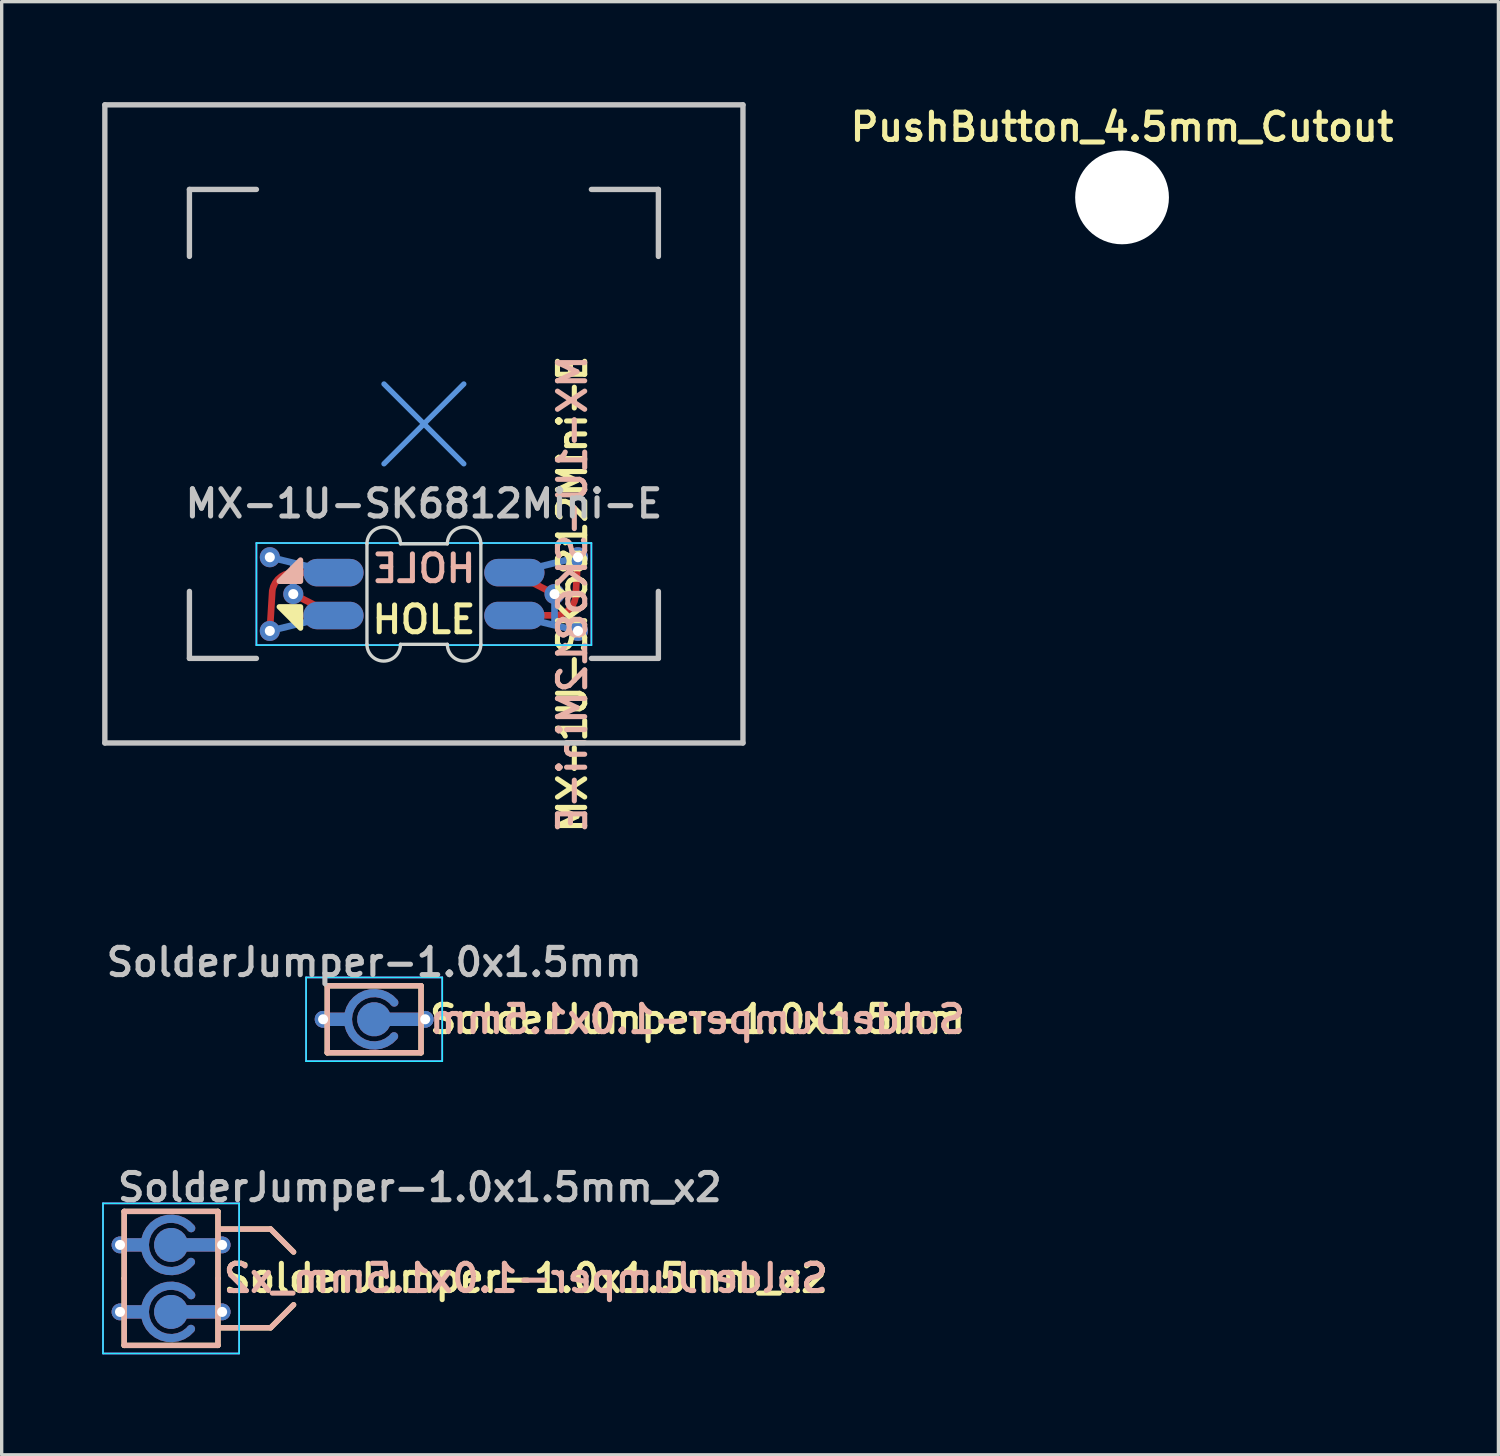
<source format=kicad_pcb>
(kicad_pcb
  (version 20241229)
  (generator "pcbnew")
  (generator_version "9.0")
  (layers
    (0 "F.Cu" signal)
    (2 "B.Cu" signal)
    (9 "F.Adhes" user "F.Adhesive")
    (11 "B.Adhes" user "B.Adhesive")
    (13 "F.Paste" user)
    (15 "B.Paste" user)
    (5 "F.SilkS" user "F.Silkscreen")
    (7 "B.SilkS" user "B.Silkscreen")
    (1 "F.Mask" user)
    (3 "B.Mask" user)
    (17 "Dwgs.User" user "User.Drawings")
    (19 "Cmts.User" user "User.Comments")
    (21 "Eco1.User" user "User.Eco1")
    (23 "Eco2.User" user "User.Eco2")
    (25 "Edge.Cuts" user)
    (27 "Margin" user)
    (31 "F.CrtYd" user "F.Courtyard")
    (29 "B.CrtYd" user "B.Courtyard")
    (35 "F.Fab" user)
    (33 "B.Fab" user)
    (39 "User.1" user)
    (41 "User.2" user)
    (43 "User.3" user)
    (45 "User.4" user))
  (footprint "MX-1U-SK6812Mini-E"
    (layer "F.Cu")
    (at 9.605 9.605)
    (property "Reference" "MX-1U-SK6812Mini-E" (at 0 2.381 0) (layer "Dwgs.User") (effects (font (size 0.813 0.813) (thickness 0.152))))
    (attr through_hole)
    (fp_poly (pts (xy -4.318 5.461) (xy -3.683 5.461) (xy -3.683 6.096)) (stroke (width 0.16) (type solid)) (fill yes) (layer "F.SilkS"))
    (fp_poly (pts (xy -3.683 4.064) (xy -3.683 4.699) (xy -4.318 4.699)) (stroke (width 0.16) (type solid)) (fill yes) (layer "B.SilkS"))
    (fp_line (start -9.525 -9.525) (end 9.525 -9.525) (stroke (width 0.16) (type solid)) (layer "Dwgs.User"))
    (fp_line (start -9.525 9.525) (end -9.525 -9.525) (stroke (width 0.16) (type solid)) (layer "Dwgs.User"))
    (fp_line (start -7 -7) (end -7 -5) (stroke (width 0.16) (type solid)) (layer "Dwgs.User"))
    (fp_line (start -7 5) (end -7 7) (stroke (width 0.16) (type solid)) (layer "Dwgs.User"))
    (fp_line (start -7 7) (end -5 7) (stroke (width 0.16) (type solid)) (layer "Dwgs.User"))
    (fp_line (start -5 -7) (end -7 -7) (stroke (width 0.16) (type solid)) (layer "Dwgs.User"))
    (fp_line (start 5 -7) (end 7 -7) (stroke (width 0.16) (type solid)) (layer "Dwgs.User"))
    (fp_line (start 5 7) (end 7 7) (stroke (width 0.16) (type solid)) (layer "Dwgs.User"))
    (fp_line (start 7 -7) (end 7 -5) (stroke (width 0.16) (type solid)) (layer "Dwgs.User"))
    (fp_line (start 7 7) (end 7 5) (stroke (width 0.16) (type solid)) (layer "Dwgs.User"))
    (fp_line (start 9.525 -9.525) (end 9.525 9.525) (stroke (width 0.16) (type solid)) (layer "Dwgs.User"))
    (fp_line (start 9.525 9.525) (end -9.525 9.525) (stroke (width 0.16) (type solid)) (layer "Dwgs.User"))
    (fp_line (start -1.191 -1.191) (end 1.191 1.191) (stroke (width 0.16) (type solid)) (layer "Cmts.User"))
    (fp_line (start -1.191 1.191) (end 1.191 -1.191) (stroke (width 0.16) (type solid)) (layer "Cmts.User"))
    (fp_line (start -1.7 3.58) (end -1.7 6.58) (stroke (width 0.1) (type solid)) (layer "Edge.Cuts"))
    (fp_line (start -0.7 3.58) (end 0.7 3.58) (stroke (width 0.1) (type solid)) (layer "Edge.Cuts"))
    (fp_line (start -0.7 6.58) (end 0.7 6.58) (stroke (width 0.1) (type solid)) (layer "Edge.Cuts"))
    (fp_line (start 1.7 6.58) (end 1.7 3.58) (stroke (width 0.1) (type solid)) (layer "Edge.Cuts"))
    (fp_arc (start -1.7 3.58) (mid -1.2 3.08) (end -0.7 3.58) (stroke (width 0.1) (type solid)) (layer "Edge.Cuts"))
    (fp_arc (start -0.7 6.58) (mid -1.2 7.08) (end -1.7 6.58) (stroke (width 0.1) (type solid)) (layer "Edge.Cuts"))
    (fp_arc (start 0.7 3.58) (mid 1.2 3.08) (end 1.7 3.58) (stroke (width 0.1) (type solid)) (layer "Edge.Cuts"))
    (fp_arc (start 1.7 6.58) (mid 1.2 7.08) (end 0.7 6.58) (stroke (width 0.1) (type solid)) (layer "Edge.Cuts"))
    (fp_line (start -5 3.556) (end 5 3.556) (stroke (width 0.05) (type solid)) (layer "B.CrtYd"))
    (fp_line (start -5 6.604) (end -5 3.556) (stroke (width 0.05) (type solid)) (layer "B.CrtYd"))
    (fp_line (start 5 3.556) (end 5 6.604) (stroke (width 0.05) (type solid)) (layer "B.CrtYd"))
    (fp_line (start 5 6.604) (end -5 6.604) (stroke (width 0.05) (type solid)) (layer "B.CrtYd"))
    (fp_line (start -5 3.556) (end -5 6.604) (stroke (width 0.05) (type solid)) (layer "F.CrtYd"))
    (fp_line (start -5 3.556) (end 5 3.556) (stroke (width 0.05) (type solid)) (layer "F.CrtYd"))
    (fp_line (start 5 3.556) (end 5 6.604) (stroke (width 0.05) (type solid)) (layer "F.CrtYd"))
    (fp_line (start 5 6.604) (end -5 6.604) (stroke (width 0.05) (type solid)) (layer "F.CrtYd"))
    (fp_text user "${REFERENCE}" (at 4.432 5.08 90) (layer "F.SilkS") (effects (font (size 0.813 0.813) (thickness 0.152))))
    (fp_text user "HOLE" (at 0 5.842 0) (layer "F.SilkS") (effects (font (size 0.8 0.8) (thickness 0.15))))
    (fp_text user "${REFERENCE}" (at 4.432 5.08 90) (layer "B.SilkS") (effects (font (size 0.813 0.813) (thickness 0.152)) (justify mirror)))
    (fp_text user "HOLE" (at 0 4.318 0) (layer "B.SilkS") (effects (font (size 0.8 0.8) (thickness 0.15)) (justify mirror)))
    (pad "1" smd custom (at 2.7 4.44 180) (size 0.01 0.01) (layers "F.Cu") (options (anchor circle)) (primitives (gr_line (start -1.2 -0.64) (end 0.033 -0.005) (width 0.2))))
    (pad "1" smd oval (at 2.7 4.44) (size 1.8 0.82) (layers "F.Cu" "F.Mask" "F.Paste"))
    (pad "1" smd custom (at 2.7 5.72 180) (size 0.01 0.01) (layers "B.Cu") (options (anchor circle)) (primitives (gr_line (start 0.033 0.005) (end -1.9 -0.46) (width 0.2)) (gr_line (start -1.2 0.64) (end -1.2 -0.26) (width 0.2))))
    (pad "1" smd oval (at 2.7 5.72) (size 1.8 0.82) (layers "B.Cu" "B.Mask" "B.Paste"))
    (pad "1" thru_hole circle (at 3.9 5.08 180) (size 0.6 0.6) (drill 0.3) (layers "*.Cu"))
    (pad "1" thru_hole circle (at 4.6 6.18 180) (size 0.6 0.6) (drill 0.3) (layers "*.Cu"))
    (pad "2" smd custom (at 2.7 4.44 180) (size 0.01 0.01) (layers "B.Cu") (options (anchor circle)) (primitives (gr_line (start -1.9 0.46) (end 0 -0.005) (width 0.2))))
    (pad "2" smd oval (at 2.7 4.44) (size 1.8 0.82) (layers "B.Cu" "B.Mask" "B.Paste"))
    (pad "2" smd custom (at 2.7 5.72 180) (size 0.01 0.01) (layers "F.Cu") (options (anchor circle)) (primitives (gr_arc (start -1.826182 0.540664) (mid -1.611399 0.157142) (end -1.199 0.005) (width 0.2)) (gr_line (start -1.826 0.541) (end -1.9 1.74) (width 0.2)) (gr_line (start -1.199 0.005) (end 0 0.005) (width 0.2))))
    (pad "2" smd oval (at 2.7 5.72) (size 1.8 0.82) (layers "F.Cu" "F.Mask" "F.Paste"))
    (pad "2" thru_hole circle (at 4.6 3.98 180) (size 0.6 0.6) (drill 0.3) (layers "*.Cu"))
    (pad "3" thru_hole circle (at -4.6 3.98) (size 0.6 0.6) (drill 0.3) (layers "*.Cu"))
    (pad "3" thru_hole circle (at -3.9 5.08) (size 0.6 0.6) (drill 0.3) (layers "*.Cu"))
    (pad "3" smd custom (at -2.7 4.44) (size 0.01 0.01) (layers "B.Cu") (options (anchor circle)) (primitives (gr_line (start 0.033 0.005) (end -1.9 -0.46) (width 0.2)) (gr_line (start -1.2 0.64) (end -1.2 -0.26) (width 0.2))))
    (pad "3" smd oval (at -2.7 4.44) (size 1.8 0.82) (layers "B.Cu" "B.Mask" "B.Paste"))
    (pad "3" smd custom (at -2.7 5.72) (size 0.01 0.01) (layers "F.Cu") (options (anchor circle)) (primitives (gr_line (start -1.2 -0.64) (end 0.033 -0.005) (width 0.2))))
    (pad "3" smd oval (at -2.7 5.72) (size 1.8 0.82) (layers "F.Cu" "F.Mask" "F.Paste"))
    (pad "4" thru_hole circle (at -4.6 6.18) (size 0.6 0.6) (drill 0.3) (layers "*.Cu"))
    (pad "4" smd custom (at -2.7 4.44) (size 0.01 0.01) (layers "F.Cu") (options (anchor circle)) (primitives (gr_arc (start -1.826182 0.540664) (mid -1.611399 0.157142) (end -1.199 0.005) (width 0.2)) (gr_line (start -1.826 0.541) (end -1.9 1.74) (width 0.2)) (gr_line (start -1.199 0.005) (end 0 0.005) (width 0.2))))
    (pad "4" smd oval (at -2.7 4.44) (size 1.8 0.82) (layers "F.Cu" "F.Mask" "F.Paste"))
    (pad "4" smd custom (at -2.7 5.72) (size 0.01 0.01) (layers "B.Cu") (options (anchor circle)) (primitives (gr_line (start -1.9 0.46) (end 0 -0.005) (width 0.2))))
    (pad "4" smd oval (at -2.7 5.72) (size 1.8 0.82) (layers "B.Cu" "B.Mask" "B.Paste")))
  (footprint "SolderJumper-1.0x1.5mm"
    (layer "F.Cu")
    (at 8.12 27.379)
    (property "Reference" "SolderJumper-1.0x1.5mm" (at 0 -1.702 0) (layer "Dwgs.User") (effects (font (size 0.813 0.813) (thickness 0.152))))
    (property "Value" "SolderJumper-1.0x1.5mm" (at 0 2.381 0) (layer "F.Fab") (hide yes) (effects (font (size 0.813 0.813) (thickness 0.152))))
    (attr exclude_from_pos_files exclude_from_bom)
    (fp_circle (center 0 0) (end 0.4 0) (stroke (width 1) (type solid)) (fill no) (layer "F.Mask"))
    (fp_circle (center 0 0) (end 0.4 0) (stroke (width 1) (type solid)) (fill no) (layer "B.Mask"))
    (fp_line (start -1.4 -1) (end 1.4 -1) (stroke (width 0.16) (type solid)) (layer "F.SilkS"))
    (fp_line (start -1.4 1) (end -1.4 -1) (stroke (width 0.16) (type solid)) (layer "F.SilkS"))
    (fp_line (start 1.4 -1) (end 1.4 1) (stroke (width 0.16) (type solid)) (layer "F.SilkS"))
    (fp_line (start 1.4 1) (end -1.4 1) (stroke (width 0.16) (type solid)) (layer "F.SilkS"))
    (fp_line (start -1.4 -1) (end 1.4 -1) (stroke (width 0.16) (type solid)) (layer "B.SilkS"))
    (fp_line (start -1.4 1) (end -1.4 -1) (stroke (width 0.16) (type solid)) (layer "B.SilkS"))
    (fp_line (start 1.4 -1) (end 1.4 1) (stroke (width 0.16) (type solid)) (layer "B.SilkS"))
    (fp_line (start 1.4 1) (end -1.4 1) (stroke (width 0.16) (type solid)) (layer "B.SilkS"))
    (fp_line (start -2.032 -1.25) (end -2.032 1.25) (stroke (width 0.05) (type solid)) (layer "B.CrtYd"))
    (fp_line (start -2.032 -1.25) (end 2.032 -1.25) (stroke (width 0.05) (type solid)) (layer "B.CrtYd"))
    (fp_line (start 2.032 1.25) (end -2.032 1.25) (stroke (width 0.05) (type solid)) (layer "B.CrtYd"))
    (fp_line (start 2.032 1.25) (end 2.032 -1.25) (stroke (width 0.05) (type solid)) (layer "B.CrtYd"))
    (fp_line (start -2.032 -1.25) (end -2.032 1.25) (stroke (width 0.05) (type solid)) (layer "F.CrtYd"))
    (fp_line (start -2.032 -1.25) (end 2.032 -1.25) (stroke (width 0.05) (type solid)) (layer "F.CrtYd"))
    (fp_line (start 2.032 1.25) (end -2.032 1.25) (stroke (width 0.05) (type solid)) (layer "F.CrtYd"))
    (fp_line (start 2.032 1.25) (end 2.032 -1.25) (stroke (width 0.05) (type solid)) (layer "F.CrtYd"))
    (fp_text user "${VALUE}" (at 1.575 0 0) (layer "F.SilkS") (effects (font (size 0.813 0.813) (thickness 0.152)) (justify left)))
    (fp_text user "${VALUE}" (at 1.575 0 0) (layer "B.SilkS") (effects (font (size 0.813 0.813) (thickness 0.152)) (justify right mirror)))
    (pad "1" thru_hole circle (at -1.524 0) (size 0.5 0.5) (drill 0.3) (layers "*.Cu"))
    (pad "1" smd custom (at -1.524 0) (size 0.5 0.5) (layers "F.Cu") (options (anchor circle)) (primitives (gr_arc (start 2.117059 0.508213) (mid 0.742994 -0.005377) (end 2.124 -0.5) (width 0.25)) (gr_line (start 0.024 0) (end 0.624 0) (width 0.4))))
    (pad "1" smd custom (at -1.524 0) (size 0.5 0.5) (layers "B.Cu") (options (anchor circle)) (primitives (gr_arc (start 2.117059 0.508213) (mid 0.742994 -0.005377) (end 2.124 -0.5) (width 0.25)) (gr_line (start 0.024 0) (end 0.624 0) (width 0.4))))
    (pad "2" thru_hole circle (at 1.524 0) (size 0.5 0.5) (drill 0.3) (layers "*.Cu"))
    (pad "2" smd custom (at 1.524 0) (size 0.5 0.5) (layers "F.Cu") (options (anchor circle)) (primitives (gr_circle (center -1.524 0) (end -1.414 0) (width 0.8) (fill no)) (gr_line (start -1.524 0) (end -0.024 0) (width 0.4))))
    (pad "2" smd custom (at 1.524 0) (size 0.5 0.5) (layers "B.Cu") (options (anchor circle)) (primitives (gr_circle (center -1.524 0) (end -1.414 0) (width 0.8) (fill no)) (gr_line (start -1.524 0) (end -0.024 0) (width 0.4)))))
  (footprint "SolderJumper-1.0x1.5mm_x2"
    (layer "F.Cu")
    (at 2.057 35.115)
    (property "Reference" "SolderJumper-1.0x1.5mm_x2" (at -1.676 -2.718 0) (layer "Dwgs.User") (effects (font (size 0.813 0.813) (thickness 0.152)) (justify left)))
    (property "Value" "SolderJumper-1.0x1.5mm_x2" (at 0 0 0) (layer "F.Fab") (hide yes) (effects (font (size 0.813 0.813) (thickness 0.152))))
    (attr exclude_from_pos_files exclude_from_bom)
    (fp_circle (center 0 -1) (end 0.4 -1) (stroke (width 1) (type solid)) (fill no) (layer "F.Mask"))
    (fp_circle (center 0 1) (end 0.4 1) (stroke (width 1) (type solid)) (fill no) (layer "F.Mask"))
    (fp_circle (center 0 -1) (end 0.4 -1) (stroke (width 1) (type solid)) (fill no) (layer "B.Mask"))
    (fp_circle (center 0 1) (end 0.4 1) (stroke (width 1) (type solid)) (fill no) (layer "B.Mask"))
    (fp_line (start -1.4 -2) (end 1.4 -2) (stroke (width 0.16) (type solid)) (layer "F.SilkS"))
    (fp_line (start -1.4 0) (end -1.4 -2) (stroke (width 0.16) (type solid)) (layer "F.SilkS"))
    (fp_line (start -1.4 2) (end -1.4 0) (stroke (width 0.16) (type solid)) (layer "F.SilkS"))
    (fp_line (start 1.4 -2) (end 1.4 0) (stroke (width 0.16) (type solid)) (layer "F.SilkS"))
    (fp_line (start 1.4 0) (end 1.4 2) (stroke (width 0.16) (type solid)) (layer "F.SilkS"))
    (fp_line (start 1.4 2) (end -1.4 2) (stroke (width 0.16) (type solid)) (layer "F.SilkS"))
    (fp_line (start 1.422 -1.473) (end 2.972 -1.473) (stroke (width 0.16) (type solid)) (layer "F.SilkS"))
    (fp_line (start 1.422 1.473) (end 2.972 1.473) (stroke (width 0.16) (type solid)) (layer "F.SilkS"))
    (fp_line (start 2.972 -1.473) (end 3.658 -0.787) (stroke (width 0.16) (type solid)) (layer "F.SilkS"))
    (fp_line (start 2.972 1.473) (end 3.658 0.787) (stroke (width 0.16) (type solid)) (layer "F.SilkS"))
    (fp_line (start -1.4 -2) (end 1.4 -2) (stroke (width 0.16) (type solid)) (layer "B.SilkS"))
    (fp_line (start -1.4 0) (end -1.4 -2) (stroke (width 0.16) (type solid)) (layer "B.SilkS"))
    (fp_line (start -1.4 2) (end -1.4 0) (stroke (width 0.16) (type solid)) (layer "B.SilkS"))
    (fp_line (start 1.4 -2) (end 1.4 0) (stroke (width 0.16) (type solid)) (layer "B.SilkS"))
    (fp_line (start 1.4 0) (end 1.4 2) (stroke (width 0.16) (type solid)) (layer "B.SilkS"))
    (fp_line (start 1.4 2) (end -1.4 2) (stroke (width 0.16) (type solid)) (layer "B.SilkS"))
    (fp_line (start 1.422 -1.473) (end 2.972 -1.473) (stroke (width 0.16) (type solid)) (layer "B.SilkS"))
    (fp_line (start 1.422 1.473) (end 2.972 1.473) (stroke (width 0.16) (type solid)) (layer "B.SilkS"))
    (fp_line (start 2.972 -1.473) (end 3.658 -0.787) (stroke (width 0.16) (type solid)) (layer "B.SilkS"))
    (fp_line (start 2.972 1.473) (end 3.658 0.787) (stroke (width 0.16) (type solid)) (layer "B.SilkS"))
    (fp_line (start -2.032 -2.241) (end -2.032 2.241) (stroke (width 0.05) (type solid)) (layer "B.CrtYd"))
    (fp_line (start -2.032 -2.241) (end 2.032 -2.241) (stroke (width 0.05) (type solid)) (layer "B.CrtYd"))
    (fp_line (start 2.032 2.241) (end -2.032 2.241) (stroke (width 0.05) (type solid)) (layer "B.CrtYd"))
    (fp_line (start 2.032 2.241) (end 2.032 -2.241) (stroke (width 0.05) (type solid)) (layer "B.CrtYd"))
    (fp_line (start -2.032 -2.241) (end -2.032 2.241) (stroke (width 0.05) (type solid)) (layer "F.CrtYd"))
    (fp_line (start -2.032 -2.241) (end 2.032 -2.241) (stroke (width 0.05) (type solid)) (layer "F.CrtYd"))
    (fp_line (start 2.032 2.241) (end -2.032 2.241) (stroke (width 0.05) (type solid)) (layer "F.CrtYd"))
    (fp_line (start 2.032 2.241) (end 2.032 -2.241) (stroke (width 0.05) (type solid)) (layer "F.CrtYd"))
    (fp_text user "${VALUE}" (at 1.489 -0.006 0) (layer "F.SilkS") (effects (font (size 0.813 0.813) (thickness 0.152)) (justify left)))
    (fp_text user "${VALUE}" (at 1.489 -0.006 0) (layer "B.SilkS") (effects (font (size 0.813 0.813) (thickness 0.152)) (justify right mirror)))
    (pad "1" thru_hole circle (at -1.524 1) (size 0.5 0.5) (drill 0.3) (layers "*.Cu"))
    (pad "1" smd custom (at -1.524 1) (size 0.5 0.5) (layers "F.Cu") (options (anchor circle)) (primitives (gr_arc (start 2.117059 0.508213) (mid 0.742994 -0.005377) (end 2.124 -0.5) (width 0.25)) (gr_line (start 0.024 0) (end 0.624 0) (width 0.4))))
    (pad "1" smd custom (at -1.524 1) (size 0.5 0.5) (layers "B.Cu") (options (anchor circle)) (primitives (gr_arc (start 2.117059 0.508213) (mid 0.742994 -0.005377) (end 2.124 -0.5) (width 0.25)) (gr_line (start 0.024 0) (end 0.624 0) (width 0.4))))
    (pad "2" thru_hole circle (at 1.524 1) (size 0.5 0.5) (drill 0.3) (layers "*.Cu"))
    (pad "2" smd custom (at 1.524 1) (size 0.5 0.5) (layers "F.Cu") (options (anchor circle)) (primitives (gr_circle (center -1.524 0) (end -1.414 0) (width 0.8) (fill no)) (gr_line (start -1.524 0) (end -0.024 0) (width 0.4))))
    (pad "2" smd custom (at 1.524 1) (size 0.5 0.5) (layers "B.Cu") (options (anchor circle)) (primitives (gr_circle (center -1.524 0) (end -1.414 0) (width 0.8) (fill no)) (gr_line (start -1.524 0) (end -0.024 0) (width 0.4))))
    (pad "3" thru_hole circle (at -1.524 -1) (size 0.5 0.5) (drill 0.3) (layers "*.Cu"))
    (pad "3" smd custom (at -1.524 -1) (size 0.5 0.5) (layers "F.Cu") (options (anchor circle)) (primitives (gr_arc (start 2.117059 0.508213) (mid 0.742994 -0.005377) (end 2.124 -0.5) (width 0.25)) (gr_line (start 0.024 0) (end 0.624 0) (width 0.4))))
    (pad "3" smd custom (at -1.524 -1) (size 0.5 0.5) (layers "B.Cu") (options (anchor circle)) (primitives (gr_arc (start 2.117059 0.508213) (mid 0.742994 -0.005377) (end 2.124 -0.5) (width 0.25)) (gr_line (start 0.024 0) (end 0.624 0) (width 0.4))))
    (pad "4" thru_hole circle (at 1.524 -1) (size 0.5 0.5) (drill 0.3) (layers "*.Cu"))
    (pad "4" smd custom (at 1.524 -1) (size 0.5 0.5) (layers "F.Cu") (options (anchor circle)) (primitives (gr_circle (center -1.524 0) (end -1.414 0) (width 0.8) (fill no)) (gr_line (start -1.524 0) (end -0.024 0) (width 0.4))))
    (pad "4" smd custom (at 1.524 -1) (size 0.5 0.5) (layers "B.Cu") (options (anchor circle)) (primitives (gr_circle (center -1.524 0) (end -1.414 0) (width 0.8) (fill no)) (gr_line (start -1.524 0) (end -0.024 0) (width 0.4)))))
  (footprint "PushButton_4.5mm_Cutout"
    (layer "F.Cu")
    (at 30.447 2.843)
    (property "Reference" "PushButton_4.5mm_Cutout" (at 0 -2.1 0) (layer "F.SilkS") (effects (font (size 0.813 0.813) (thickness 0.152))))
    (attr exclude_from_pos_files exclude_from_bom)
    (pad "" np_thru_hole circle (at 0 0) (size 2.8 2.8) (drill 2.8) (layers "*.Cu" "*.Mask")))
  (gr_rect
    (start -3 -3)
    (end 41.683 40.381)
    (stroke (width 0.1) (type default))
    (fill no)
    (layer "Edge.Cuts")))
</source>
